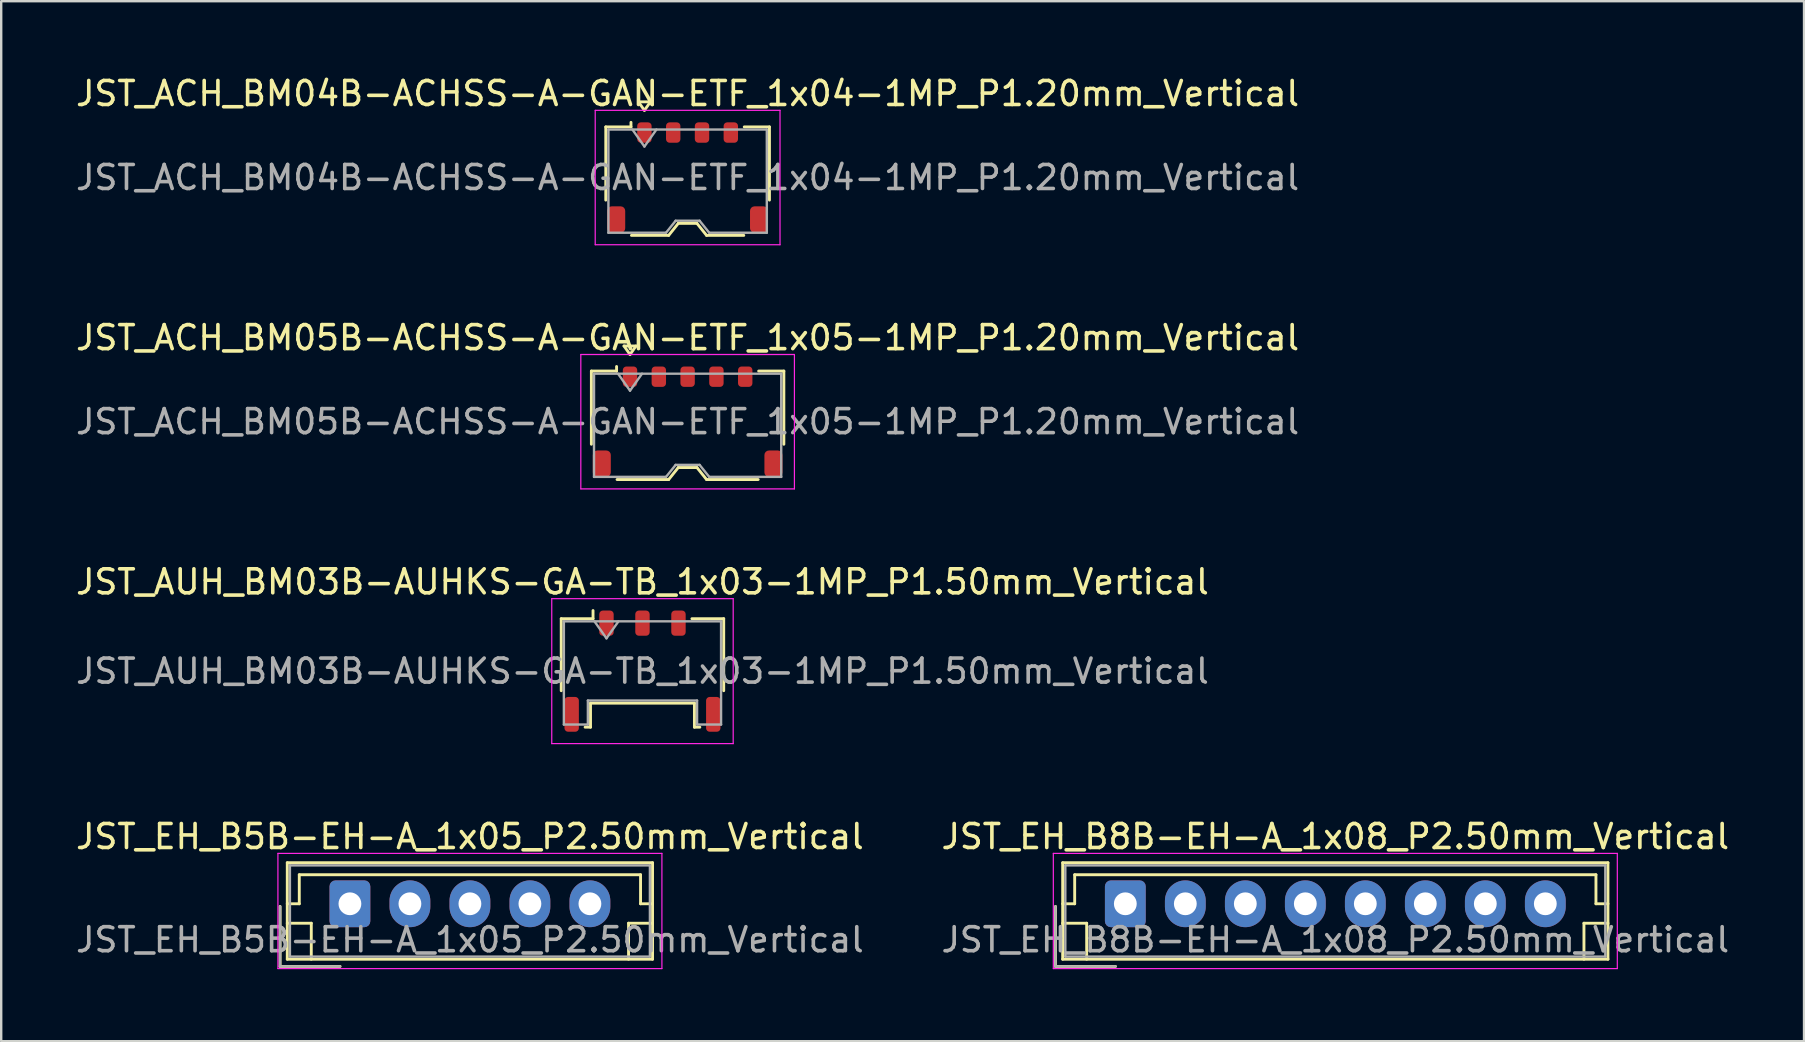
<source format=kicad_pcb>
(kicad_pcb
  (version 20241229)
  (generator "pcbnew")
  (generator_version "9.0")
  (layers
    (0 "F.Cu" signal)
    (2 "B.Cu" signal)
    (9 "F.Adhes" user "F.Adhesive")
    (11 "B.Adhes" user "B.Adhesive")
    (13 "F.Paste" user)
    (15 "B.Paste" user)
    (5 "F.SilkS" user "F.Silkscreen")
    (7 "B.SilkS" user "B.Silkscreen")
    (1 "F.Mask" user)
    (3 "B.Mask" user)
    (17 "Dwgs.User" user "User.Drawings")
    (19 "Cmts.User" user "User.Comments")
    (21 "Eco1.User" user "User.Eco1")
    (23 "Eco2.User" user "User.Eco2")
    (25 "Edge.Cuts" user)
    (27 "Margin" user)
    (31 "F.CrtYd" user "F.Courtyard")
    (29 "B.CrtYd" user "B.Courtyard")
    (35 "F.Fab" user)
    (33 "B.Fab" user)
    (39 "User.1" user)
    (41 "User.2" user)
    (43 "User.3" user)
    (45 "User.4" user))
  (footprint "JST_EH_B8B-EH-A_1x08_P2.50mm_Vertical"
    (layer "F.Cu")
    (at 43.839 34.608)
    (property "Reference" "JST_EH_B8B-EH-A_1x08_P2.50mm_Vertical" (at 8.75 -2.8 0) (layer "F.SilkS") (effects (font (size 1 1) (thickness 0.15))))
    (attr through_hole)
    (fp_line (start -2.91 0.11) (end -2.91 2.61) (stroke (width 0.12) (type solid)) (layer "F.SilkS"))
    (fp_line (start -2.91 2.61) (end -0.41 2.61) (stroke (width 0.12) (type solid)) (layer "F.SilkS"))
    (fp_line (start -2.61 -1.71) (end -2.61 2.31) (stroke (width 0.12) (type solid)) (layer "F.SilkS"))
    (fp_line (start -2.61 0) (end -2.11 0) (stroke (width 0.12) (type solid)) (layer "F.SilkS"))
    (fp_line (start -2.61 0.81) (end -1.61 0.81) (stroke (width 0.12) (type solid)) (layer "F.SilkS"))
    (fp_line (start -2.61 2.31) (end 20.11 2.31) (stroke (width 0.12) (type solid)) (layer "F.SilkS"))
    (fp_line (start -2.11 -1.21) (end 19.61 -1.21) (stroke (width 0.12) (type solid)) (layer "F.SilkS"))
    (fp_line (start -2.11 0) (end -2.11 -1.21) (stroke (width 0.12) (type solid)) (layer "F.SilkS"))
    (fp_line (start -1.61 0.81) (end -1.61 2.31) (stroke (width 0.12) (type solid)) (layer "F.SilkS"))
    (fp_line (start 19.11 0.81) (end 19.11 2.31) (stroke (width 0.12) (type solid)) (layer "F.SilkS"))
    (fp_line (start 19.61 -1.21) (end 19.61 0) (stroke (width 0.12) (type solid)) (layer "F.SilkS"))
    (fp_line (start 19.61 0) (end 20.11 0) (stroke (width 0.12) (type solid)) (layer "F.SilkS"))
    (fp_line (start 20.11 -1.71) (end -2.61 -1.71) (stroke (width 0.12) (type solid)) (layer "F.SilkS"))
    (fp_line (start 20.11 0.81) (end 19.11 0.81) (stroke (width 0.12) (type solid)) (layer "F.SilkS"))
    (fp_line (start 20.11 2.31) (end 20.11 -1.71) (stroke (width 0.12) (type solid)) (layer "F.SilkS"))
    (fp_line (start -3 -2.1) (end -3 2.7) (stroke (width 0.05) (type solid)) (layer "F.CrtYd"))
    (fp_line (start -3 2.7) (end 20.5 2.7) (stroke (width 0.05) (type solid)) (layer "F.CrtYd"))
    (fp_line (start 20.5 -2.1) (end -3 -2.1) (stroke (width 0.05) (type solid)) (layer "F.CrtYd"))
    (fp_line (start 20.5 2.7) (end 20.5 -2.1) (stroke (width 0.05) (type solid)) (layer "F.CrtYd"))
    (fp_line (start -2.91 0.11) (end -2.91 2.61) (stroke (width 0.1) (type solid)) (layer "F.Fab"))
    (fp_line (start -2.91 2.61) (end -0.41 2.61) (stroke (width 0.1) (type solid)) (layer "F.Fab"))
    (fp_line (start -2.5 -1.6) (end -2.5 2.2) (stroke (width 0.1) (type solid)) (layer "F.Fab"))
    (fp_line (start -2.5 2.2) (end 20 2.2) (stroke (width 0.1) (type solid)) (layer "F.Fab"))
    (fp_line (start 20 -1.6) (end -2.5 -1.6) (stroke (width 0.1) (type solid)) (layer "F.Fab"))
    (fp_line (start 20 2.2) (end 20 -1.6) (stroke (width 0.1) (type solid)) (layer "F.Fab"))
    (fp_text user "${REFERENCE}" (at 8.75 1.5 0) (layer "F.Fab") (effects (font (size 1 1) (thickness 0.15))))
    (pad "1" thru_hole roundrect (at 0 0) (size 1.7 1.95) (drill 0.95) (layers "*.Cu" "*.Mask") (roundrect_rratio 0.147))
    (pad "2" thru_hole oval (at 2.5 0) (size 1.7 1.95) (drill 0.95) (layers "*.Cu" "*.Mask"))
    (pad "3" thru_hole oval (at 5 0) (size 1.7 1.95) (drill 0.95) (layers "*.Cu" "*.Mask"))
    (pad "4" thru_hole oval (at 7.5 0) (size 1.7 1.95) (drill 0.95) (layers "*.Cu" "*.Mask"))
    (pad "5" thru_hole oval (at 10 0) (size 1.7 1.95) (drill 0.95) (layers "*.Cu" "*.Mask"))
    (pad "6" thru_hole oval (at 12.5 0) (size 1.7 1.95) (drill 0.95) (layers "*.Cu" "*.Mask"))
    (pad "7" thru_hole oval (at 15 0) (size 1.7 1.95) (drill 0.95) (layers "*.Cu" "*.Mask"))
    (pad "8" thru_hole oval (at 17.5 0) (size 1.7 1.95) (drill 0.95) (layers "*.Cu" "*.Mask")))
  (footprint "JST_ACH_BM05B-ACHSS-A-GAN-ETF_1x05-1MP_P1.20mm_Vertical"
    (layer "F.Cu")
    (at 25.601 14.521)
    (property "Reference" "JST_ACH_BM05B-ACHSS-A-GAN-ETF_1x05-1MP_P1.20mm_Vertical" (at 0 -3.5 0) (layer "F.SilkS") (effects (font (size 1 1) (thickness 0.15))))
    (attr smd)
    (fp_line (start -4.01 -2.11) (end -2.96 -2.11) (stroke (width 0.12) (type solid)) (layer "F.SilkS"))
    (fp_line (start -4.01 0.94) (end -4.01 -2.11) (stroke (width 0.12) (type solid)) (layer "F.SilkS"))
    (fp_line (start -2.96 -2.11) (end -2.96 -2.3) (stroke (width 0.12) (type solid)) (layer "F.SilkS"))
    (fp_line (start -2.94 2.41) (end -0.79 2.41) (stroke (width 0.12) (type solid)) (layer "F.SilkS"))
    (fp_line (start -2.65 -3.154) (end -2.4 -2.8) (stroke (width 0.12) (type solid)) (layer "F.SilkS"))
    (fp_line (start -2.4 -2.8) (end -2.15 -3.154) (stroke (width 0.12) (type solid)) (layer "F.SilkS"))
    (fp_line (start -2.15 -3.154) (end -2.65 -3.154) (stroke (width 0.12) (type solid)) (layer "F.SilkS"))
    (fp_line (start -0.79 2.41) (end -0.39 1.91) (stroke (width 0.12) (type solid)) (layer "F.SilkS"))
    (fp_line (start -0.39 1.91) (end 0.39 1.91) (stroke (width 0.12) (type solid)) (layer "F.SilkS"))
    (fp_line (start 0.39 1.91) (end 0.79 2.41) (stroke (width 0.12) (type solid)) (layer "F.SilkS"))
    (fp_line (start 0.79 2.41) (end 2.94 2.41) (stroke (width 0.12) (type solid)) (layer "F.SilkS"))
    (fp_line (start 4.01 -2.11) (end 2.96 -2.11) (stroke (width 0.12) (type solid)) (layer "F.SilkS"))
    (fp_line (start 4.01 0.94) (end 4.01 -2.11) (stroke (width 0.12) (type solid)) (layer "F.SilkS"))
    (fp_line (start -4.45 -2.8) (end -4.45 2.8) (stroke (width 0.05) (type solid)) (layer "F.CrtYd"))
    (fp_line (start -4.45 2.8) (end 4.45 2.8) (stroke (width 0.05) (type solid)) (layer "F.CrtYd"))
    (fp_line (start 4.45 -2.8) (end -4.45 -2.8) (stroke (width 0.05) (type solid)) (layer "F.CrtYd"))
    (fp_line (start 4.45 2.8) (end 4.45 -2.8) (stroke (width 0.05) (type solid)) (layer "F.CrtYd"))
    (fp_line (start -3.9 -2) (end -3.9 2.3) (stroke (width 0.1) (type solid)) (layer "F.Fab"))
    (fp_line (start -3.9 -2) (end 3.9 -2) (stroke (width 0.1) (type solid)) (layer "F.Fab"))
    (fp_line (start -3.9 2.3) (end -0.9 2.3) (stroke (width 0.1) (type solid)) (layer "F.Fab"))
    (fp_line (start -2.9 -2) (end -2.4 -1.293) (stroke (width 0.1) (type solid)) (layer "F.Fab"))
    (fp_line (start -2.4 -1.293) (end -1.9 -2) (stroke (width 0.1) (type solid)) (layer "F.Fab"))
    (fp_line (start -0.9 2.3) (end -0.5 1.8) (stroke (width 0.1) (type solid)) (layer "F.Fab"))
    (fp_line (start -0.5 1.8) (end 0.5 1.8) (stroke (width 0.1) (type solid)) (layer "F.Fab"))
    (fp_line (start 0.5 1.8) (end 0.9 2.3) (stroke (width 0.1) (type solid)) (layer "F.Fab"))
    (fp_line (start 0.9 2.3) (end 3.9 2.3) (stroke (width 0.1) (type solid)) (layer "F.Fab"))
    (fp_line (start 3.9 -2) (end 3.9 2.3) (stroke (width 0.1) (type solid)) (layer "F.Fab"))
    (fp_text user "${REFERENCE}" (at 0 0 0) (layer "F.Fab") (effects (font (size 1 1) (thickness 0.15))))
    (pad "1" smd roundrect (at -2.4 -1.875) (size 0.6 0.85) (layers "F.Cu" "F.Mask" "F.Paste") (roundrect_rratio 0.25))
    (pad "2" smd roundrect (at -1.2 -1.875) (size 0.6 0.85) (layers "F.Cu" "F.Mask" "F.Paste") (roundrect_rratio 0.25))
    (pad "3" smd roundrect (at 0 -1.875) (size 0.6 0.85) (layers "F.Cu" "F.Mask" "F.Paste") (roundrect_rratio 0.25))
    (pad "4" smd roundrect (at 1.2 -1.875) (size 0.6 0.85) (layers "F.Cu" "F.Mask" "F.Paste") (roundrect_rratio 0.25))
    (pad "5" smd roundrect (at 2.4 -1.875) (size 0.6 0.85) (layers "F.Cu" "F.Mask" "F.Paste") (roundrect_rratio 0.25))
    (pad "MP" smd roundrect (at -3.575 1.75) (size 0.75 1.1) (layers "F.Cu" "F.Mask" "F.Paste") (roundrect_rratio 0.25))
    (pad "MP" smd roundrect (at 3.575 1.75) (size 0.75 1.1) (layers "F.Cu" "F.Mask" "F.Paste") (roundrect_rratio 0.25)))
  (footprint "JST_ACH_BM04B-ACHSS-A-GAN-ETF_1x04-1MP_P1.20mm_Vertical"
    (layer "F.Cu")
    (at 25.601 4.348)
    (property "Reference" "JST_ACH_BM04B-ACHSS-A-GAN-ETF_1x04-1MP_P1.20mm_Vertical" (at 0 -3.5 0) (layer "F.SilkS") (effects (font (size 1 1) (thickness 0.15))))
    (attr smd)
    (fp_line (start -3.41 -2.11) (end -2.36 -2.11) (stroke (width 0.12) (type solid)) (layer "F.SilkS"))
    (fp_line (start -3.41 0.94) (end -3.41 -2.11) (stroke (width 0.12) (type solid)) (layer "F.SilkS"))
    (fp_line (start -2.36 -2.11) (end -2.36 -2.3) (stroke (width 0.12) (type solid)) (layer "F.SilkS"))
    (fp_line (start -2.34 2.41) (end -0.79 2.41) (stroke (width 0.12) (type solid)) (layer "F.SilkS"))
    (fp_line (start -2.05 -3.154) (end -1.8 -2.8) (stroke (width 0.12) (type solid)) (layer "F.SilkS"))
    (fp_line (start -1.8 -2.8) (end -1.55 -3.154) (stroke (width 0.12) (type solid)) (layer "F.SilkS"))
    (fp_line (start -1.55 -3.154) (end -2.05 -3.154) (stroke (width 0.12) (type solid)) (layer "F.SilkS"))
    (fp_line (start -0.79 2.41) (end -0.39 1.91) (stroke (width 0.12) (type solid)) (layer "F.SilkS"))
    (fp_line (start -0.39 1.91) (end 0.39 1.91) (stroke (width 0.12) (type solid)) (layer "F.SilkS"))
    (fp_line (start 0.39 1.91) (end 0.79 2.41) (stroke (width 0.12) (type solid)) (layer "F.SilkS"))
    (fp_line (start 0.79 2.41) (end 2.34 2.41) (stroke (width 0.12) (type solid)) (layer "F.SilkS"))
    (fp_line (start 3.41 -2.11) (end 2.36 -2.11) (stroke (width 0.12) (type solid)) (layer "F.SilkS"))
    (fp_line (start 3.41 0.94) (end 3.41 -2.11) (stroke (width 0.12) (type solid)) (layer "F.SilkS"))
    (fp_line (start -3.85 -2.8) (end -3.85 2.8) (stroke (width 0.05) (type solid)) (layer "F.CrtYd"))
    (fp_line (start -3.85 2.8) (end 3.85 2.8) (stroke (width 0.05) (type solid)) (layer "F.CrtYd"))
    (fp_line (start 3.85 -2.8) (end -3.85 -2.8) (stroke (width 0.05) (type solid)) (layer "F.CrtYd"))
    (fp_line (start 3.85 2.8) (end 3.85 -2.8) (stroke (width 0.05) (type solid)) (layer "F.CrtYd"))
    (fp_line (start -3.3 -2) (end -3.3 2.3) (stroke (width 0.1) (type solid)) (layer "F.Fab"))
    (fp_line (start -3.3 -2) (end 3.3 -2) (stroke (width 0.1) (type solid)) (layer "F.Fab"))
    (fp_line (start -3.3 2.3) (end -0.9 2.3) (stroke (width 0.1) (type solid)) (layer "F.Fab"))
    (fp_line (start -2.3 -2) (end -1.8 -1.293) (stroke (width 0.1) (type solid)) (layer "F.Fab"))
    (fp_line (start -1.8 -1.293) (end -1.3 -2) (stroke (width 0.1) (type solid)) (layer "F.Fab"))
    (fp_line (start -0.9 2.3) (end -0.5 1.8) (stroke (width 0.1) (type solid)) (layer "F.Fab"))
    (fp_line (start -0.5 1.8) (end 0.5 1.8) (stroke (width 0.1) (type solid)) (layer "F.Fab"))
    (fp_line (start 0.5 1.8) (end 0.9 2.3) (stroke (width 0.1) (type solid)) (layer "F.Fab"))
    (fp_line (start 0.9 2.3) (end 3.3 2.3) (stroke (width 0.1) (type solid)) (layer "F.Fab"))
    (fp_line (start 3.3 -2) (end 3.3 2.3) (stroke (width 0.1) (type solid)) (layer "F.Fab"))
    (fp_text user "${REFERENCE}" (at 0 0 0) (layer "F.Fab") (effects (font (size 1 1) (thickness 0.15))))
    (pad "1" smd roundrect (at -1.8 -1.875) (size 0.6 0.85) (layers "F.Cu" "F.Mask" "F.Paste") (roundrect_rratio 0.25))
    (pad "2" smd roundrect (at -0.6 -1.875) (size 0.6 0.85) (layers "F.Cu" "F.Mask" "F.Paste") (roundrect_rratio 0.25))
    (pad "3" smd roundrect (at 0.6 -1.875) (size 0.6 0.85) (layers "F.Cu" "F.Mask" "F.Paste") (roundrect_rratio 0.25))
    (pad "4" smd roundrect (at 1.8 -1.875) (size 0.6 0.85) (layers "F.Cu" "F.Mask" "F.Paste") (roundrect_rratio 0.25))
    (pad "MP" smd roundrect (at -2.975 1.75) (size 0.75 1.1) (layers "F.Cu" "F.Mask" "F.Paste") (roundrect_rratio 0.25))
    (pad "MP" smd roundrect (at 2.975 1.75) (size 0.75 1.1) (layers "F.Cu" "F.Mask" "F.Paste") (roundrect_rratio 0.25)))
  (footprint "JST_EH_B5B-EH-A_1x05_P2.50mm_Vertical"
    (layer "F.Cu")
    (at 11.53 34.608)
    (property "Reference" "JST_EH_B5B-EH-A_1x05_P2.50mm_Vertical" (at 5 -2.8 0) (layer "F.SilkS") (effects (font (size 1 1) (thickness 0.15))))
    (attr through_hole)
    (fp_line (start -2.91 0.11) (end -2.91 2.61) (stroke (width 0.12) (type solid)) (layer "F.SilkS"))
    (fp_line (start -2.91 2.61) (end -0.41 2.61) (stroke (width 0.12) (type solid)) (layer "F.SilkS"))
    (fp_line (start -2.61 -1.71) (end -2.61 2.31) (stroke (width 0.12) (type solid)) (layer "F.SilkS"))
    (fp_line (start -2.61 0) (end -2.11 0) (stroke (width 0.12) (type solid)) (layer "F.SilkS"))
    (fp_line (start -2.61 0.81) (end -1.61 0.81) (stroke (width 0.12) (type solid)) (layer "F.SilkS"))
    (fp_line (start -2.61 2.31) (end 12.61 2.31) (stroke (width 0.12) (type solid)) (layer "F.SilkS"))
    (fp_line (start -2.11 -1.21) (end 12.11 -1.21) (stroke (width 0.12) (type solid)) (layer "F.SilkS"))
    (fp_line (start -2.11 0) (end -2.11 -1.21) (stroke (width 0.12) (type solid)) (layer "F.SilkS"))
    (fp_line (start -1.61 0.81) (end -1.61 2.31) (stroke (width 0.12) (type solid)) (layer "F.SilkS"))
    (fp_line (start 11.61 0.81) (end 11.61 2.31) (stroke (width 0.12) (type solid)) (layer "F.SilkS"))
    (fp_line (start 12.11 -1.21) (end 12.11 0) (stroke (width 0.12) (type solid)) (layer "F.SilkS"))
    (fp_line (start 12.11 0) (end 12.61 0) (stroke (width 0.12) (type solid)) (layer "F.SilkS"))
    (fp_line (start 12.61 -1.71) (end -2.61 -1.71) (stroke (width 0.12) (type solid)) (layer "F.SilkS"))
    (fp_line (start 12.61 0.81) (end 11.61 0.81) (stroke (width 0.12) (type solid)) (layer "F.SilkS"))
    (fp_line (start 12.61 2.31) (end 12.61 -1.71) (stroke (width 0.12) (type solid)) (layer "F.SilkS"))
    (fp_line (start -3 -2.1) (end -3 2.7) (stroke (width 0.05) (type solid)) (layer "F.CrtYd"))
    (fp_line (start -3 2.7) (end 13 2.7) (stroke (width 0.05) (type solid)) (layer "F.CrtYd"))
    (fp_line (start 13 -2.1) (end -3 -2.1) (stroke (width 0.05) (type solid)) (layer "F.CrtYd"))
    (fp_line (start 13 2.7) (end 13 -2.1) (stroke (width 0.05) (type solid)) (layer "F.CrtYd"))
    (fp_line (start -2.91 0.11) (end -2.91 2.61) (stroke (width 0.1) (type solid)) (layer "F.Fab"))
    (fp_line (start -2.91 2.61) (end -0.41 2.61) (stroke (width 0.1) (type solid)) (layer "F.Fab"))
    (fp_line (start -2.5 -1.6) (end -2.5 2.2) (stroke (width 0.1) (type solid)) (layer "F.Fab"))
    (fp_line (start -2.5 2.2) (end 12.5 2.2) (stroke (width 0.1) (type solid)) (layer "F.Fab"))
    (fp_line (start 12.5 -1.6) (end -2.5 -1.6) (stroke (width 0.1) (type solid)) (layer "F.Fab"))
    (fp_line (start 12.5 2.2) (end 12.5 -1.6) (stroke (width 0.1) (type solid)) (layer "F.Fab"))
    (fp_text user "${REFERENCE}" (at 5 1.5 0) (layer "F.Fab") (effects (font (size 1 1) (thickness 0.15))))
    (pad "1" thru_hole roundrect (at 0 0) (size 1.7 1.95) (drill 0.95) (layers "*.Cu" "*.Mask") (roundrect_rratio 0.147))
    (pad "2" thru_hole oval (at 2.5 0) (size 1.7 1.95) (drill 0.95) (layers "*.Cu" "*.Mask"))
    (pad "3" thru_hole oval (at 5 0) (size 1.7 1.95) (drill 0.95) (layers "*.Cu" "*.Mask"))
    (pad "4" thru_hole oval (at 7.5 0) (size 1.7 1.95) (drill 0.95) (layers "*.Cu" "*.Mask"))
    (pad "5" thru_hole oval (at 10 0) (size 1.7 1.95) (drill 0.95) (layers "*.Cu" "*.Mask")))
  (footprint "JST_AUH_BM03B-AUHKS-GA-TB_1x03-1MP_P1.50mm_Vertical"
    (layer "F.Cu")
    (at 23.72 24.915)
    (property "Reference" "JST_AUH_BM03B-AUHKS-GA-TB_1x03-1MP_P1.50mm_Vertical" (at 0 -3.72 0) (layer "F.SilkS") (effects (font (size 1 1) (thickness 0.15))))
    (attr smd)
    (fp_line (start -3.385 -2.185) (end -2.06 -2.185) (stroke (width 0.12) (type solid)) (layer "F.SilkS"))
    (fp_line (start -3.385 0.815) (end -3.385 -2.185) (stroke (width 0.12) (type solid)) (layer "F.SilkS"))
    (fp_line (start -2.39 2.335) (end -2.165 2.335) (stroke (width 0.12) (type solid)) (layer "F.SilkS"))
    (fp_line (start -2.165 1.335) (end 2.165 1.335) (stroke (width 0.12) (type solid)) (layer "F.SilkS"))
    (fp_line (start -2.165 2.335) (end -2.165 1.335) (stroke (width 0.12) (type solid)) (layer "F.SilkS"))
    (fp_line (start -2.06 -2.185) (end -2.06 -2.525) (stroke (width 0.12) (type solid)) (layer "F.SilkS"))
    (fp_line (start 2.165 1.335) (end 2.165 2.335) (stroke (width 0.12) (type solid)) (layer "F.SilkS"))
    (fp_line (start 2.165 2.335) (end 2.39 2.335) (stroke (width 0.12) (type solid)) (layer "F.SilkS"))
    (fp_line (start 3.385 -2.185) (end 2.06 -2.185) (stroke (width 0.12) (type solid)) (layer "F.SilkS"))
    (fp_line (start 3.385 0.815) (end 3.385 -2.185) (stroke (width 0.12) (type solid)) (layer "F.SilkS"))
    (fp_line (start -3.78 -3.02) (end -3.78 3.02) (stroke (width 0.05) (type solid)) (layer "F.CrtYd"))
    (fp_line (start -3.78 3.02) (end 3.78 3.02) (stroke (width 0.05) (type solid)) (layer "F.CrtYd"))
    (fp_line (start 3.78 -3.02) (end -3.78 -3.02) (stroke (width 0.05) (type solid)) (layer "F.CrtYd"))
    (fp_line (start 3.78 3.02) (end 3.78 -3.02) (stroke (width 0.05) (type solid)) (layer "F.CrtYd"))
    (fp_line (start -3.275 -2.075) (end -3.275 2.225) (stroke (width 0.1) (type solid)) (layer "F.Fab"))
    (fp_line (start -3.275 -2.075) (end 3.275 -2.075) (stroke (width 0.1) (type solid)) (layer "F.Fab"))
    (fp_line (start -3.275 2.225) (end -2.275 2.225) (stroke (width 0.1) (type solid)) (layer "F.Fab"))
    (fp_line (start -2.275 1.225) (end 2.275 1.225) (stroke (width 0.1) (type solid)) (layer "F.Fab"))
    (fp_line (start -2.275 2.225) (end -2.275 1.225) (stroke (width 0.1) (type solid)) (layer "F.Fab"))
    (fp_line (start -2 -2.075) (end -1.5 -1.368) (stroke (width 0.1) (type solid)) (layer "F.Fab"))
    (fp_line (start -1.5 -1.368) (end -1 -2.075) (stroke (width 0.1) (type solid)) (layer "F.Fab"))
    (fp_line (start 2.275 1.225) (end 2.275 2.225) (stroke (width 0.1) (type solid)) (layer "F.Fab"))
    (fp_line (start 2.275 2.225) (end 3.275 2.225) (stroke (width 0.1) (type solid)) (layer "F.Fab"))
    (fp_line (start 3.275 -2.075) (end 3.275 2.225) (stroke (width 0.1) (type solid)) (layer "F.Fab"))
    (fp_text user "${REFERENCE}" (at 0 0 0) (layer "F.Fab") (effects (font (size 1 1) (thickness 0.15))))
    (pad "1" smd roundrect (at -1.5 -2) (size 0.6 1.05) (layers "F.Cu" "F.Mask" "F.Paste") (roundrect_rratio 0.25))
    (pad "2" smd roundrect (at 0 -2) (size 0.6 1.05) (layers "F.Cu" "F.Mask" "F.Paste") (roundrect_rratio 0.25))
    (pad "3" smd roundrect (at 1.5 -2) (size 0.6 1.05) (layers "F.Cu" "F.Mask" "F.Paste") (roundrect_rratio 0.25))
    (pad "MP" smd roundrect (at -2.95 1.8) (size 0.6 1.45) (layers "F.Cu" "F.Mask" "F.Paste") (roundrect_rratio 0.25))
    (pad "MP" smd roundrect (at 2.95 1.8) (size 0.6 1.45) (layers "F.Cu" "F.Mask" "F.Paste") (roundrect_rratio 0.25)))
  (gr_rect
    (start -3 -3)
    (end 72.119 40.333)
    (stroke (width 0.1) (type default))
    (fill no)
    (layer "Edge.Cuts")))
</source>
